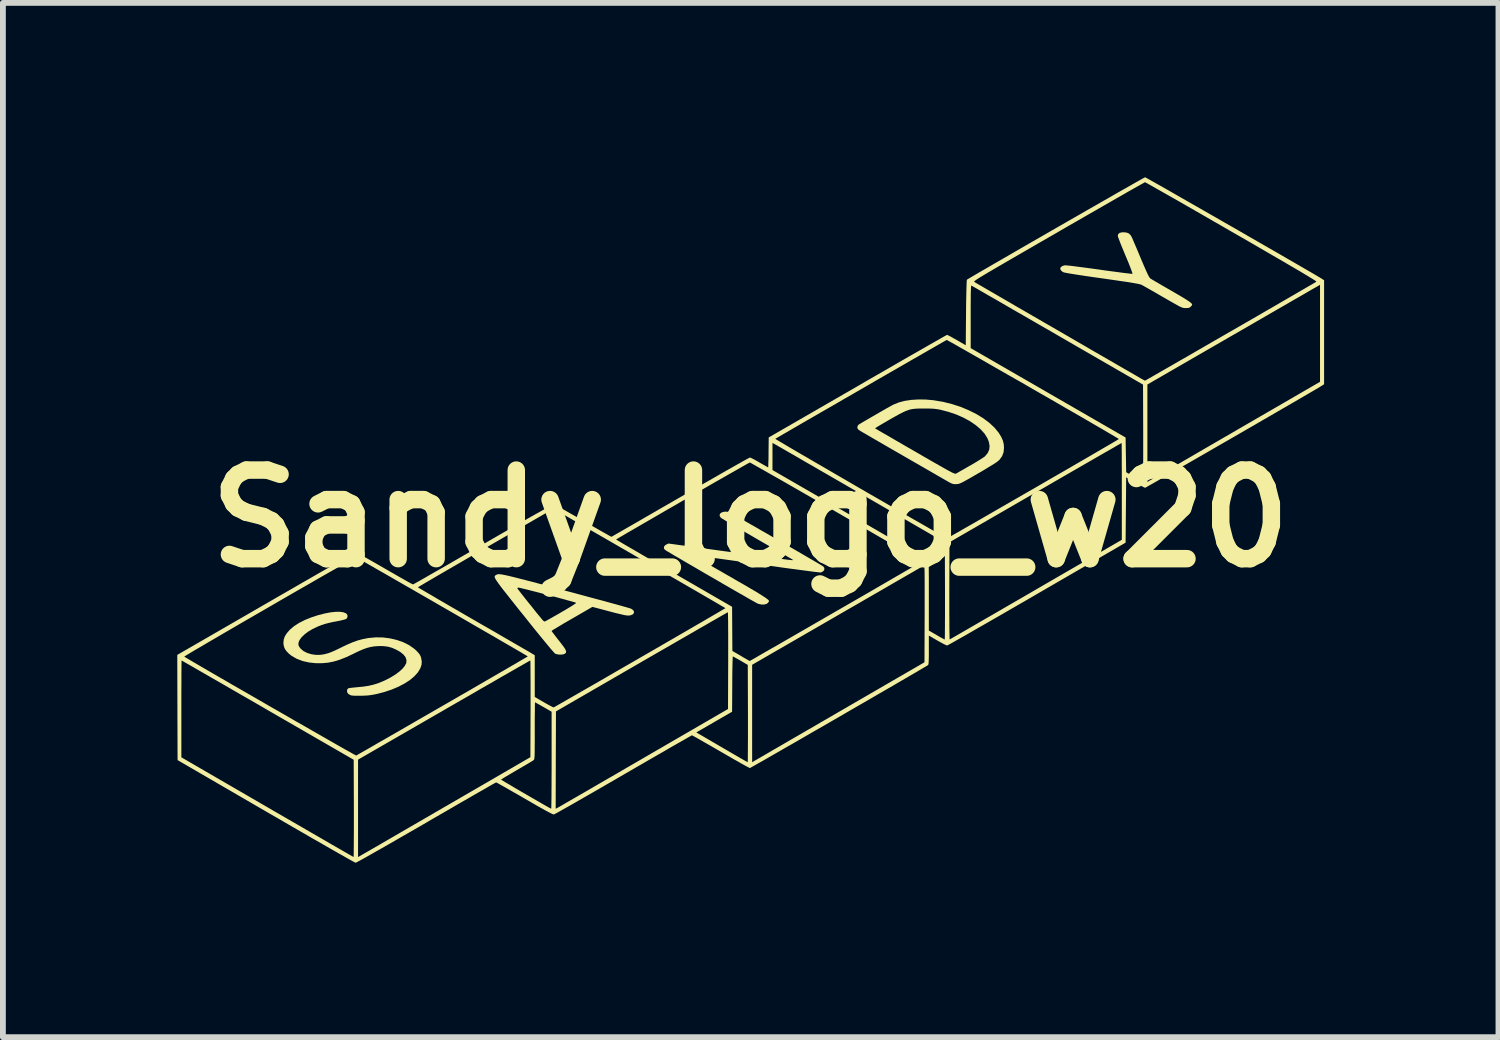
<source format=kicad_pcb>
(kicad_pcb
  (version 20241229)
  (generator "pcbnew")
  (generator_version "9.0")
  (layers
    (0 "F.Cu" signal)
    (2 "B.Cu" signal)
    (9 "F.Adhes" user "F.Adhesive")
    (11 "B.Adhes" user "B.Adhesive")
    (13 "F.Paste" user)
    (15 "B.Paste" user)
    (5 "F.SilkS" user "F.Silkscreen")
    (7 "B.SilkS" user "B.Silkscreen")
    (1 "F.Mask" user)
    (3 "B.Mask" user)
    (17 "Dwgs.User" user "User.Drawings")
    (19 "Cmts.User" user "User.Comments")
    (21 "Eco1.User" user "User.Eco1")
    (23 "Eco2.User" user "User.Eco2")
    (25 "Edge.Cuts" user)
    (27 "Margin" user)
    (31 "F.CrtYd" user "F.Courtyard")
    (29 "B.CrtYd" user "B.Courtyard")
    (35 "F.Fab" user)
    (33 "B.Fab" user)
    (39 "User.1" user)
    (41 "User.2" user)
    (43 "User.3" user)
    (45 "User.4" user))
  (footprint "Sandy_logo_w20"
    (layer "F.Cu")
    (at 9.86 5.872)
    (property "Reference" "Sandy_logo_w20" (at 0 0 0) (layer "F.SilkS") (effects (font (size 1.524 1.524) (thickness 0.3))))
    (attr board_only exclude_from_pos_files exclude_from_bom)
    (fp_poly (pts (xy 6.472 -4.921) (xy 6.512 -4.905) (xy 6.542 -4.875) (xy 6.562 -4.84) (xy 6.572 -4.818) (xy 6.588 -4.78) (xy 6.61 -4.729) (xy 6.636 -4.668) (xy 6.666 -4.598) (xy 6.697 -4.523) (xy 6.72 -4.468) (xy 6.759 -4.376) (xy 6.792 -4.301) (xy 6.818 -4.242) (xy 6.839 -4.197) (xy 6.856 -4.165) (xy 6.869 -4.144) (xy 6.879 -4.133) (xy 6.88 -4.132) (xy 6.894 -4.123) (xy 6.923 -4.105) (xy 6.966 -4.08) (xy 7.02 -4.049) (xy 7.082 -4.012) (xy 7.152 -3.972) (xy 7.226 -3.929) (xy 7.23 -3.927) (xy 7.323 -3.873) (xy 7.4 -3.828) (xy 7.462 -3.791) (xy 7.511 -3.76) (xy 7.547 -3.736) (xy 7.573 -3.716) (xy 7.59 -3.701) (xy 7.598 -3.688) (xy 7.6 -3.68) (xy 7.594 -3.667) (xy 7.578 -3.648) (xy 7.575 -3.646) (xy 7.557 -3.631) (xy 7.535 -3.624) (xy 7.503 -3.622) (xy 7.493 -3.622) (xy 7.458 -3.623) (xy 7.427 -3.631) (xy 7.393 -3.645) (xy 7.365 -3.66) (xy 7.338 -3.675) (xy 7.297 -3.698) (xy 7.244 -3.728) (xy 7.183 -3.763) (xy 7.117 -3.801) (xy 7.047 -3.841) (xy 7.035 -3.848) (xy 6.967 -3.888) (xy 6.903 -3.924) (xy 6.845 -3.957) (xy 6.796 -3.985) (xy 6.759 -4.006) (xy 6.735 -4.019) (xy 6.732 -4.021) (xy 6.719 -4.026) (xy 6.701 -4.031) (xy 6.675 -4.037) (xy 6.64 -4.044) (xy 6.594 -4.052) (xy 6.537 -4.062) (xy 6.467 -4.073) (xy 6.382 -4.085) (xy 6.281 -4.1) (xy 6.163 -4.117) (xy 6.052 -4.133) (xy 5.902 -4.154) (xy 5.771 -4.173) (xy 5.658 -4.19) (xy 5.564 -4.205) (xy 5.489 -4.217) (xy 5.433 -4.227) (xy 5.396 -4.235) (xy 5.38 -4.24) (xy 5.35 -4.262) (xy 5.335 -4.285) (xy 5.331 -4.308) (xy 5.339 -4.324) (xy 5.348 -4.332) (xy 5.375 -4.348) (xy 5.405 -4.357) (xy 5.422 -4.357) (xy 5.458 -4.354) (xy 5.512 -4.349) (xy 5.582 -4.34) (xy 5.667 -4.329) (xy 5.767 -4.316) (xy 5.879 -4.301) (xy 6.002 -4.284) (xy 6.106 -4.269) (xy 6.203 -4.256) (xy 6.294 -4.244) (xy 6.374 -4.233) (xy 6.444 -4.224) (xy 6.5 -4.218) (xy 6.542 -4.213) (xy 6.567 -4.211) (xy 6.573 -4.212) (xy 6.572 -4.222) (xy 6.563 -4.249) (xy 6.548 -4.29) (xy 6.528 -4.343) (xy 6.503 -4.406) (xy 6.474 -4.475) (xy 6.451 -4.53) (xy 6.42 -4.605) (xy 6.391 -4.675) (xy 6.366 -4.737) (xy 6.346 -4.79) (xy 6.331 -4.83) (xy 6.322 -4.856) (xy 6.32 -4.865) (xy 6.329 -4.895) (xy 6.354 -4.916) (xy 6.395 -4.925) (xy 6.418 -4.926)) (stroke (width 0) (type solid)) (fill yes) (layer "F.SilkS"))
    (fp_poly (pts (xy -7.002 1.612) (xy -6.958 1.63) (xy -6.947 1.638) (xy -6.932 1.664) (xy -6.932 1.693) (xy -6.946 1.719) (xy -6.954 1.726) (xy -6.973 1.734) (xy -7.007 1.743) (xy -7.051 1.754) (xy -7.101 1.764) (xy -7.107 1.765) (xy -7.192 1.781) (xy -7.261 1.797) (xy -7.321 1.813) (xy -7.377 1.831) (xy -7.433 1.853) (xy -7.451 1.861) (xy -7.533 1.9) (xy -7.607 1.944) (xy -7.67 1.992) (xy -7.72 2.04) (xy -7.755 2.087) (xy -7.771 2.123) (xy -7.777 2.158) (xy -7.772 2.187) (xy -7.753 2.218) (xy -7.737 2.238) (xy -7.689 2.279) (xy -7.627 2.311) (xy -7.555 2.333) (xy -7.477 2.345) (xy -7.399 2.344) (xy -7.375 2.341) (xy -7.332 2.334) (xy -7.292 2.324) (xy -7.251 2.312) (xy -7.207 2.295) (xy -7.155 2.273) (xy -7.092 2.243) (xy -7.017 2.206) (xy -6.921 2.161) (xy -6.836 2.125) (xy -6.757 2.097) (xy -6.679 2.076) (xy -6.596 2.059) (xy -6.565 2.054) (xy -6.443 2.043) (xy -6.32 2.045) (xy -6.198 2.061) (xy -6.08 2.089) (xy -5.97 2.128) (xy -5.871 2.178) (xy -5.785 2.238) (xy -5.75 2.269) (xy -5.716 2.305) (xy -5.693 2.333) (xy -5.678 2.359) (xy -5.666 2.39) (xy -5.665 2.395) (xy -5.654 2.457) (xy -5.658 2.516) (xy -5.679 2.576) (xy -5.72 2.645) (xy -5.78 2.712) (xy -5.856 2.776) (xy -5.948 2.836) (xy -6.054 2.892) (xy -6.173 2.942) (xy -6.303 2.985) (xy -6.426 3.017) (xy -6.486 3.029) (xy -6.541 3.038) (xy -6.598 3.044) (xy -6.666 3.047) (xy -6.695 3.048) (xy -6.763 3.048) (xy -6.817 3.047) (xy -6.856 3.044) (xy -6.875 3.04) (xy -6.913 3.02) (xy -6.934 2.995) (xy -6.94 2.965) (xy -6.934 2.935) (xy -6.921 2.922) (xy -6.904 2.917) (xy -6.872 2.912) (xy -6.828 2.907) (xy -6.778 2.902) (xy -6.766 2.901) (xy -6.661 2.891) (xy -6.57 2.877) (xy -6.487 2.858) (xy -6.406 2.833) (xy -6.323 2.799) (xy -6.272 2.776) (xy -6.186 2.731) (xy -6.108 2.683) (xy -6.041 2.633) (xy -5.986 2.583) (xy -5.946 2.534) (xy -5.922 2.489) (xy -5.92 2.482) (xy -5.917 2.433) (xy -5.933 2.385) (xy -5.969 2.339) (xy -6.024 2.294) (xy -6.091 2.256) (xy -6.163 2.224) (xy -6.234 2.204) (xy -6.31 2.194) (xy -6.397 2.193) (xy -6.405 2.194) (xy -6.469 2.198) (xy -6.53 2.208) (xy -6.59 2.223) (xy -6.654 2.245) (xy -6.727 2.276) (xy -6.811 2.316) (xy -6.83 2.326) (xy -6.951 2.383) (xy -7.062 2.427) (xy -7.167 2.459) (xy -7.268 2.479) (xy -7.369 2.488) (xy -7.475 2.488) (xy -7.475 2.488) (xy -7.595 2.475) (xy -7.706 2.45) (xy -7.805 2.412) (xy -7.892 2.362) (xy -7.939 2.325) (xy -7.986 2.276) (xy -8.016 2.228) (xy -8.031 2.176) (xy -8.034 2.135) (xy -8.028 2.079) (xy -8.01 2.026) (xy -7.977 1.974) (xy -7.928 1.917) (xy -7.921 1.91) (xy -7.85 1.85) (xy -7.763 1.794) (xy -7.66 1.742) (xy -7.544 1.696) (xy -7.432 1.66) (xy -7.322 1.632) (xy -7.222 1.613) (xy -7.135 1.604) (xy -7.061 1.603)) (stroke (width 0) (type solid)) (fill yes) (layer "F.SilkS"))
    (fp_poly (pts (xy -4.304 0.958) (xy -4.278 0.961) (xy -4.246 0.967) (xy -4.206 0.975) (xy -4.158 0.986) (xy -4.099 1) (xy -4.03 1.017) (xy -3.949 1.038) (xy -3.855 1.062) (xy -3.746 1.09) (xy -3.623 1.123) (xy -3.483 1.16) (xy -3.326 1.202) (xy -3.185 1.24) (xy -3.041 1.278) (xy -2.901 1.316) (xy -2.768 1.352) (xy -2.642 1.386) (xy -2.524 1.417) (xy -2.417 1.447) (xy -2.321 1.473) (xy -2.238 1.496) (xy -2.168 1.516) (xy -2.114 1.531) (xy -2.076 1.543) (xy -2.055 1.549) (xy -2.053 1.55) (xy -2.019 1.573) (xy -2.003 1.599) (xy -2.004 1.624) (xy -2.022 1.647) (xy -2.056 1.662) (xy -2.087 1.668) (xy -2.105 1.668) (xy -2.13 1.666) (xy -2.163 1.661) (xy -2.206 1.651) (xy -2.262 1.638) (xy -2.333 1.621) (xy -2.42 1.598) (xy -2.427 1.596) (xy -2.718 1.519) (xy -3.069 1.722) (xy -3.145 1.766) (xy -3.216 1.807) (xy -3.279 1.845) (xy -3.332 1.877) (xy -3.375 1.902) (xy -3.404 1.921) (xy -3.419 1.931) (xy -3.42 1.933) (xy -3.414 1.943) (xy -3.397 1.966) (xy -3.372 1.999) (xy -3.34 2.041) (xy -3.303 2.089) (xy -3.295 2.098) (xy -3.248 2.159) (xy -3.212 2.206) (xy -3.188 2.243) (xy -3.175 2.271) (xy -3.17 2.291) (xy -3.174 2.307) (xy -3.185 2.32) (xy -3.192 2.325) (xy -3.22 2.336) (xy -3.258 2.34) (xy -3.301 2.339) (xy -3.34 2.331) (xy -3.356 2.325) (xy -3.369 2.314) (xy -3.394 2.287) (xy -3.432 2.244) (xy -3.481 2.185) (xy -3.543 2.11) (xy -3.617 2.02) (xy -3.703 1.914) (xy -3.801 1.792) (xy -3.893 1.676) (xy -3.988 1.559) (xy -4.07 1.455) (xy -4.141 1.366) (xy -4.202 1.288) (xy -4.254 1.223) (xy -4.272 1.199) (xy -4.01 1.199) (xy -4.004 1.208) (xy -3.987 1.231) (xy -3.961 1.265) (xy -3.927 1.308) (xy -3.888 1.358) (xy -3.845 1.412) (xy -3.799 1.469) (xy -3.753 1.526) (xy -3.709 1.582) (xy -3.667 1.634) (xy -3.63 1.679) (xy -3.599 1.716) (xy -3.577 1.743) (xy -3.564 1.757) (xy -3.563 1.758) (xy -3.545 1.769) (xy -3.538 1.771) (xy -3.527 1.766) (xy -3.502 1.752) (xy -3.463 1.731) (xy -3.414 1.703) (xy -3.356 1.67) (xy -3.291 1.633) (xy -3.259 1.614) (xy -3.193 1.576) (xy -3.133 1.54) (xy -3.082 1.509) (xy -3.041 1.483) (xy -3.012 1.463) (xy -2.998 1.452) (xy -2.997 1.45) (xy -3.009 1.445) (xy -3.037 1.436) (xy -3.081 1.423) (xy -3.137 1.408) (xy -3.204 1.389) (xy -3.279 1.369) (xy -3.359 1.347) (xy -3.443 1.325) (xy -3.529 1.302) (xy -3.614 1.28) (xy -3.695 1.259) (xy -3.771 1.24) (xy -3.84 1.222) (xy -3.899 1.208) (xy -3.946 1.197) (xy -3.978 1.189) (xy -3.994 1.187) (xy -3.995 1.187) (xy -4.008 1.195) (xy -4.01 1.199) (xy -4.272 1.199) (xy -4.296 1.168) (xy -4.33 1.122) (xy -4.356 1.085) (xy -4.376 1.056) (xy -4.389 1.033) (xy -4.397 1.015) (xy -4.4 1.002) (xy -4.399 0.992) (xy -4.395 0.984) (xy -4.388 0.978) (xy -4.38 0.973) (xy -4.371 0.967) (xy -4.362 0.963) (xy -4.352 0.959) (xy -4.339 0.957) (xy -4.324 0.956)) (stroke (width 0) (type solid)) (fill yes) (layer "F.SilkS"))
    (fp_poly (pts (xy -0.38 -0.115) (xy -0.363 -0.109) (xy -0.351 -0.103) (xy -0.322 -0.087) (xy -0.28 -0.063) (xy -0.224 -0.032) (xy -0.158 0.006) (xy -0.082 0.049) (xy 0.003 0.098) (xy 0.095 0.15) (xy 0.191 0.206) (xy 0.292 0.263) (xy 0.394 0.323) (xy 0.497 0.382) (xy 0.6 0.441) (xy 0.7 0.499) (xy 0.797 0.555) (xy 0.888 0.608) (xy 0.972 0.657) (xy 1.048 0.701) (xy 1.115 0.74) (xy 1.169 0.772) (xy 1.211 0.797) (xy 1.239 0.814) (xy 1.251 0.821) (xy 1.27 0.845) (xy 1.273 0.873) (xy 1.26 0.899) (xy 1.232 0.919) (xy 1.211 0.927) (xy 1.198 0.927) (xy 1.167 0.923) (xy 1.118 0.918) (xy 1.054 0.91) (xy 0.974 0.899) (xy 0.882 0.887) (xy 0.778 0.873) (xy 0.663 0.858) (xy 0.539 0.841) (xy 0.407 0.822) (xy 0.268 0.803) (xy 0.124 0.782) (xy 0.113 0.781) (xy -0.031 0.76) (xy -0.17 0.741) (xy -0.302 0.722) (xy -0.425 0.705) (xy -0.539 0.689) (xy -0.642 0.675) (xy -0.734 0.663) (xy -0.812 0.652) (xy -0.875 0.644) (xy -0.923 0.638) (xy -0.954 0.634) (xy -0.966 0.633) (xy -0.966 0.633) (xy -0.967 0.635) (xy -0.966 0.637) (xy -0.963 0.641) (xy -0.955 0.647) (xy -0.942 0.656) (xy -0.923 0.668) (xy -0.896 0.684) (xy -0.86 0.705) (xy -0.814 0.732) (xy -0.758 0.765) (xy -0.689 0.804) (xy -0.607 0.852) (xy -0.51 0.907) (xy -0.398 0.972) (xy -0.34 1.005) (xy -0.214 1.078) (xy -0.104 1.141) (xy -0.01 1.196) (xy 0.07 1.243) (xy 0.136 1.283) (xy 0.191 1.317) (xy 0.234 1.345) (xy 0.267 1.367) (xy 0.291 1.385) (xy 0.308 1.399) (xy 0.317 1.41) (xy 0.32 1.419) (xy 0.32 1.42) (xy 0.314 1.433) (xy 0.301 1.451) (xy 0.275 1.469) (xy 0.237 1.478) (xy 0.192 1.478) (xy 0.145 1.469) (xy 0.118 1.459) (xy 0.099 1.448) (xy 0.065 1.429) (xy 0.018 1.403) (xy -0.042 1.369) (xy -0.112 1.328) (xy -0.192 1.283) (xy -0.279 1.233) (xy -0.372 1.179) (xy -0.47 1.123) (xy -0.57 1.064) (xy -0.673 1.005) (xy -0.775 0.946) (xy -0.876 0.887) (xy -0.973 0.83) (xy -1.067 0.776) (xy -1.154 0.725) (xy -1.234 0.678) (xy -1.305 0.637) (xy -1.365 0.601) (xy -1.413 0.573) (xy -1.448 0.552) (xy -1.467 0.539) (xy -1.471 0.537) (xy -1.488 0.511) (xy -1.486 0.484) (xy -1.467 0.459) (xy -1.448 0.447) (xy -1.41 0.429) (xy -0.344 0.575) (xy -0.201 0.595) (xy -0.063 0.614) (xy 0.069 0.632) (xy 0.192 0.648) (xy 0.305 0.663) (xy 0.408 0.677) (xy 0.499 0.689) (xy 0.576 0.699) (xy 0.639 0.707) (xy 0.686 0.712) (xy 0.716 0.715) (xy 0.727 0.716) (xy 0.727 0.716) (xy 0.73 0.707) (xy 0.729 0.707) (xy 0.72 0.701) (xy 0.695 0.687) (xy 0.655 0.664) (xy 0.603 0.633) (xy 0.538 0.596) (xy 0.463 0.553) (xy 0.38 0.504) (xy 0.288 0.452) (xy 0.191 0.396) (xy 0.12 0.355) (xy 0.019 0.296) (xy -0.078 0.24) (xy -0.169 0.188) (xy -0.252 0.139) (xy -0.326 0.096) (xy -0.389 0.059) (xy -0.44 0.028) (xy -0.478 0.005) (xy -0.501 -0.009) (xy -0.507 -0.013) (xy -0.525 -0.038) (xy -0.53 -0.061) (xy -0.521 -0.085) (xy -0.497 -0.104) (xy -0.462 -0.116) (xy -0.422 -0.12)) (stroke (width 0) (type solid)) (fill yes) (layer "F.SilkS"))
    (fp_poly (pts (xy 3.02 -2.048) (xy 3.153 -2.036) (xy 3.157 -2.035) (xy 3.313 -2.009) (xy 3.466 -1.971) (xy 3.614 -1.923) (xy 3.754 -1.865) (xy 3.885 -1.8) (xy 4.005 -1.727) (xy 4.11 -1.648) (xy 4.2 -1.564) (xy 4.271 -1.478) (xy 4.314 -1.408) (xy 4.343 -1.344) (xy 4.359 -1.28) (xy 4.363 -1.219) (xy 4.356 -1.142) (xy 4.331 -1.075) (xy 4.289 -1.016) (xy 4.26 -0.989) (xy 4.24 -0.974) (xy 4.205 -0.95) (xy 4.157 -0.92) (xy 4.099 -0.885) (xy 4.034 -0.845) (xy 3.963 -0.803) (xy 3.908 -0.772) (xy 3.828 -0.725) (xy 3.762 -0.687) (xy 3.709 -0.658) (xy 3.668 -0.635) (xy 3.636 -0.619) (xy 3.611 -0.608) (xy 3.591 -0.6) (xy 3.574 -0.596) (xy 3.558 -0.594) (xy 3.545 -0.593) (xy 3.502 -0.593) (xy 3.469 -0.601) (xy 3.445 -0.612) (xy 3.427 -0.621) (xy 3.394 -0.64) (xy 3.347 -0.667) (xy 3.288 -0.701) (xy 3.218 -0.741) (xy 3.139 -0.787) (xy 3.052 -0.837) (xy 2.959 -0.891) (xy 2.861 -0.947) (xy 2.76 -1.005) (xy 2.658 -1.064) (xy 2.556 -1.123) (xy 2.455 -1.181) (xy 2.358 -1.237) (xy 2.265 -1.291) (xy 2.179 -1.341) (xy 2.1 -1.386) (xy 2.031 -1.427) (xy 1.973 -1.461) (xy 1.927 -1.487) (xy 1.895 -1.506) (xy 1.879 -1.516) (xy 1.877 -1.517) (xy 1.852 -1.537) (xy 1.843 -1.553) (xy 2.144 -1.553) (xy 2.154 -1.547) (xy 2.179 -1.533) (xy 2.218 -1.509) (xy 2.272 -1.478) (xy 2.337 -1.441) (xy 2.413 -1.397) (xy 2.498 -1.347) (xy 2.592 -1.293) (xy 2.692 -1.235) (xy 2.798 -1.174) (xy 2.831 -1.155) (xy 2.955 -1.083) (xy 3.064 -1.02) (xy 3.158 -0.966) (xy 3.238 -0.921) (xy 3.305 -0.883) (xy 3.361 -0.851) (xy 3.406 -0.826) (xy 3.443 -0.807) (xy 3.471 -0.792) (xy 3.493 -0.782) (xy 3.509 -0.776) (xy 3.52 -0.773) (xy 3.529 -0.772) (xy 3.535 -0.773) (xy 3.539 -0.775) (xy 3.555 -0.783) (xy 3.585 -0.801) (xy 3.627 -0.825) (xy 3.679 -0.854) (xy 3.737 -0.888) (xy 3.785 -0.915) (xy 3.847 -0.951) (xy 3.905 -0.986) (xy 3.956 -1.018) (xy 3.998 -1.045) (xy 4.027 -1.064) (xy 4.038 -1.074) (xy 4.083 -1.128) (xy 4.109 -1.187) (xy 4.115 -1.251) (xy 4.102 -1.321) (xy 4.078 -1.382) (xy 4.029 -1.461) (xy 3.961 -1.536) (xy 3.877 -1.608) (xy 3.779 -1.675) (xy 3.667 -1.736) (xy 3.544 -1.79) (xy 3.412 -1.835) (xy 3.272 -1.872) (xy 3.267 -1.873) (xy 3.223 -1.881) (xy 3.181 -1.887) (xy 3.136 -1.891) (xy 3.083 -1.893) (xy 3.017 -1.894) (xy 2.985 -1.894) (xy 2.919 -1.894) (xy 2.862 -1.892) (xy 2.812 -1.888) (xy 2.767 -1.881) (xy 2.722 -1.869) (xy 2.676 -1.852) (xy 2.625 -1.829) (xy 2.566 -1.799) (xy 2.497 -1.761) (xy 2.414 -1.714) (xy 2.39 -1.7) (xy 2.327 -1.663) (xy 2.269 -1.63) (xy 2.22 -1.601) (xy 2.182 -1.578) (xy 2.156 -1.561) (xy 2.145 -1.553) (xy 2.144 -1.553) (xy 1.843 -1.553) (xy 1.841 -1.557) (xy 1.84 -1.569) (xy 1.846 -1.595) (xy 1.857 -1.612) (xy 1.87 -1.621) (xy 1.898 -1.638) (xy 1.938 -1.662) (xy 1.988 -1.691) (xy 2.046 -1.725) (xy 2.108 -1.761) (xy 2.172 -1.798) (xy 2.236 -1.835) (xy 2.297 -1.87) (xy 2.353 -1.902) (xy 2.402 -1.929) (xy 2.44 -1.95) (xy 2.465 -1.963) (xy 2.465 -1.963) (xy 2.552 -1.998) (xy 2.654 -2.025) (xy 2.768 -2.042) (xy 2.891 -2.05)) (stroke (width 0) (type solid)) (fill yes) (layer "F.SilkS"))
    (fp_poly (pts (xy 6.801 -5.867) (xy 6.827 -5.853) (xy 6.868 -5.83) (xy 6.924 -5.799) (xy 6.992 -5.76) (xy 7.073 -5.715) (xy 7.164 -5.663) (xy 7.265 -5.605) (xy 7.375 -5.542) (xy 7.492 -5.475) (xy 7.616 -5.404) (xy 7.746 -5.33) (xy 7.88 -5.253) (xy 8.017 -5.175) (xy 8.157 -5.094) (xy 8.298 -5.014) (xy 8.438 -4.933) (xy 8.578 -4.852) (xy 8.716 -4.773) (xy 8.851 -4.695) (xy 8.982 -4.62) (xy 9.107 -4.548) (xy 9.226 -4.479) (xy 9.338 -4.414) (xy 9.441 -4.355) (xy 9.535 -4.3) (xy 9.618 -4.252) (xy 9.689 -4.211) (xy 9.748 -4.176) (xy 9.792 -4.15) (xy 9.822 -4.132) (xy 9.832 -4.125) (xy 9.87 -4.101) (xy 9.87 -2.311) (xy 9.832 -2.287) (xy 9.814 -2.276) (xy 9.781 -2.255) (xy 9.732 -2.227) (xy 9.67 -2.19) (xy 9.596 -2.147) (xy 9.51 -2.097) (xy 9.414 -2.041) (xy 9.308 -1.979) (xy 9.195 -1.914) (xy 9.074 -1.844) (xy 8.947 -1.77) (xy 8.815 -1.694) (xy 8.68 -1.615) (xy 8.541 -1.535) (xy 8.401 -1.454) (xy 8.261 -1.373) (xy 8.12 -1.292) (xy 7.981 -1.212) (xy 7.845 -1.133) (xy 7.712 -1.057) (xy 7.584 -0.983) (xy 7.462 -0.913) (xy 7.346 -0.846) (xy 7.238 -0.785) (xy 7.14 -0.728) (xy 7.051 -0.677) (xy 6.974 -0.633) (xy 6.909 -0.596) (xy 6.857 -0.567) (xy 6.819 -0.545) (xy 6.797 -0.533) (xy 6.791 -0.53) (xy 6.777 -0.535) (xy 6.75 -0.549) (xy 6.711 -0.569) (xy 6.665 -0.595) (xy 6.62 -0.62) (xy 6.465 -0.71) (xy 6.455 0.414) (xy 4.93 1.298) (xy 4.769 1.392) (xy 4.612 1.482) (xy 4.46 1.57) (xy 4.315 1.654) (xy 4.177 1.733) (xy 4.047 1.808) (xy 3.926 1.877) (xy 3.815 1.941) (xy 3.715 1.999) (xy 3.626 2.049) (xy 3.55 2.092) (xy 3.487 2.128) (xy 3.438 2.155) (xy 3.405 2.173) (xy 3.387 2.182) (xy 3.385 2.183) (xy 3.37 2.178) (xy 3.341 2.165) (xy 3.302 2.145) (xy 3.255 2.119) (xy 3.217 2.098) (xy 3.07 2.012) (xy 3.07 2.26) (xy 3.07 2.339) (xy 3.069 2.4) (xy 3.068 2.446) (xy 3.066 2.479) (xy 3.064 2.501) (xy 3.06 2.514) (xy 3.055 2.521) (xy 3.055 2.521) (xy 3.044 2.528) (xy 3.016 2.545) (xy 2.973 2.57) (xy 2.916 2.604) (xy 2.847 2.645) (xy 2.765 2.692) (xy 2.673 2.746) (xy 2.571 2.805) (xy 2.461 2.87) (xy 2.343 2.938) (xy 2.218 3.01) (xy 2.088 3.086) (xy 1.953 3.164) (xy 1.816 3.243) (xy 1.676 3.324) (xy 1.535 3.406) (xy 1.393 3.488) (xy 1.253 3.569) (xy 1.115 3.648) (xy 0.98 3.726) (xy 0.849 3.802) (xy 0.724 3.874) (xy 0.604 3.942) (xy 0.492 4.007) (xy 0.389 4.066) (xy 0.295 4.12) (xy 0.212 4.168) (xy 0.14 4.208) (xy 0.081 4.242) (xy 0.036 4.267) (xy 0.006 4.284) (xy -0.008 4.291) (xy -0.009 4.292) (xy -0.02 4.287) (xy -0.047 4.273) (xy -0.089 4.25) (xy -0.142 4.221) (xy -0.195 4.191) (xy 0.03 4.191) (xy 0.198 4.094) (xy 0.226 4.078) (xy 0.27 4.052) (xy 0.329 4.018) (xy 0.402 3.975) (xy 0.489 3.925) (xy 0.587 3.868) (xy 0.695 3.805) (xy 0.813 3.737) (xy 0.94 3.663) (xy 1.074 3.586) (xy 1.214 3.504) (xy 1.36 3.42) (xy 1.509 3.333) (xy 1.662 3.245) (xy 1.68 3.234) (xy 2.995 2.472) (xy 2.998 1.636) (xy 2.998 1.484) (xy 2.998 1.351) (xy 2.998 1.236) (xy 2.998 1.138) (xy 2.998 1.055) (xy 2.997 0.986) (xy 2.997 0.931) (xy 2.996 0.887) (xy 2.995 0.854) (xy 2.993 0.831) (xy 2.991 0.816) (xy 2.989 0.809) (xy 2.987 0.807) (xy 2.987 0.807) (xy 2.977 0.813) (xy 2.95 0.828) (xy 2.908 0.853) (xy 2.852 0.885) (xy 2.782 0.926) (xy 2.698 0.974) (xy 2.603 1.029) (xy 2.497 1.09) (xy 2.381 1.157) (xy 2.256 1.23) (xy 2.122 1.307) (xy 1.981 1.388) (xy 1.834 1.474) (xy 1.68 1.562) (xy 1.522 1.653) (xy 1.502 1.665) (xy 0.03 2.515) (xy 0.03 4.191) (xy -0.195 4.191) (xy -0.206 4.184) (xy -0.28 4.143) (xy -0.361 4.096) (xy -0.448 4.046) (xy -0.51 4.01) (xy -0.6 3.958) (xy -0.685 3.909) (xy -0.764 3.864) (xy -0.834 3.824) (xy -0.894 3.789) (xy -0.943 3.762) (xy -0.979 3.742) (xy -1 3.731) (xy -1.005 3.728) (xy -1.015 3.733) (xy -1.041 3.748) (xy -1.082 3.771) (xy -1.137 3.803) (xy -1.206 3.842) (xy -1.287 3.888) (xy -1.38 3.941) (xy -1.482 4.001) (xy -1.594 4.065) (xy -1.714 4.134) (xy -1.841 4.208) (xy -1.975 4.285) (xy -2.114 4.366) (xy -2.185 4.407) (xy -2.326 4.489) (xy -2.463 4.568) (xy -2.594 4.644) (xy -2.719 4.716) (xy -2.836 4.783) (xy -2.944 4.845) (xy -3.043 4.902) (xy -3.131 4.952) (xy -3.208 4.995) (xy -3.272 5.031) (xy -3.322 5.059) (xy -3.357 5.078) (xy -3.377 5.088) (xy -3.38 5.09) (xy -3.391 5.088) (xy -3.41 5.081) (xy -3.438 5.067) (xy -3.477 5.047) (xy -3.528 5.02) (xy -3.577 4.992) (xy -3.35 4.992) (xy -3.313 4.973) (xy -3.3 4.966) (xy -3.271 4.949) (xy -3.226 4.923) (xy -3.168 4.889) (xy -3.095 4.847) (xy -3.01 4.798) (xy -2.913 4.742) (xy -2.805 4.68) (xy -2.687 4.611) (xy -2.561 4.538) (xy -2.426 4.46) (xy -2.284 4.378) (xy -2.137 4.292) (xy -1.983 4.203) (xy -1.83 4.114) (xy -1.08 3.679) (xy -0.93 3.679) (xy -0.493 3.934) (xy -0.407 3.984) (xy -0.327 4.031) (xy -0.254 4.073) (xy -0.189 4.111) (xy -0.134 4.142) (xy -0.092 4.166) (xy -0.062 4.183) (xy -0.048 4.19) (xy -0.047 4.191) (xy -0.046 4.181) (xy -0.045 4.153) (xy -0.044 4.108) (xy -0.044 4.047) (xy -0.043 3.972) (xy -0.043 3.884) (xy -0.042 3.785) (xy -0.042 3.676) (xy -0.042 3.559) (xy -0.042 3.435) (xy -0.042 3.355) (xy -0.045 2.517) (xy -0.17 2.444) (xy -0.215 2.418) (xy -0.254 2.397) (xy -0.283 2.38) (xy -0.3 2.372) (xy -0.302 2.371) (xy -0.304 2.381) (xy -0.305 2.409) (xy -0.307 2.452) (xy -0.308 2.51) (xy -0.31 2.581) (xy -0.311 2.661) (xy -0.312 2.75) (xy -0.312 2.845) (xy -0.312 2.847) (xy -0.315 3.323) (xy -0.623 3.501) (xy -0.93 3.679) (xy -1.08 3.679) (xy -0.385 3.276) (xy -0.382 2.443) (xy -0.382 2.316) (xy -0.382 2.195) (xy -0.382 2.081) (xy -0.382 1.976) (xy -0.383 1.882) (xy -0.383 1.799) (xy -0.384 1.729) (xy -0.385 1.674) (xy -0.386 1.636) (xy -0.387 1.615) (xy -0.387 1.611) (xy -0.397 1.616) (xy -0.423 1.631) (xy -0.464 1.654) (xy -0.52 1.686) (xy -0.589 1.726) (xy -0.672 1.773) (xy -0.766 1.828) (xy -0.872 1.888) (xy -0.987 1.955) (xy -1.112 2.027) (xy -1.246 2.104) (xy -1.386 2.185) (xy -1.534 2.27) (xy -1.687 2.358) (xy -1.845 2.449) (xy -1.87 2.464) (xy -3.345 3.317) (xy -3.348 4.154) (xy -3.35 4.992) (xy -3.577 4.992) (xy -3.592 4.984) (xy -3.67 4.94) (xy -3.762 4.887) (xy -3.871 4.824) (xy -3.885 4.816) (xy -3.974 4.764) (xy -4.059 4.716) (xy -4.137 4.671) (xy -4.206 4.631) (xy -4.266 4.598) (xy -4.314 4.571) (xy -4.349 4.551) (xy -4.37 4.541) (xy -4.374 4.539) (xy -4.384 4.544) (xy -4.41 4.558) (xy -4.452 4.581) (xy -4.507 4.613) (xy -4.576 4.653) (xy -4.657 4.699) (xy -4.75 4.752) (xy -4.853 4.812) (xy -4.965 4.876) (xy -5.086 4.946) (xy -5.213 5.02) (xy -5.348 5.098) (xy -5.487 5.178) (xy -5.577 5.231) (xy -5.734 5.322) (xy -5.884 5.408) (xy -6.025 5.489) (xy -6.156 5.565) (xy -6.278 5.635) (xy -6.389 5.698) (xy -6.488 5.754) (xy -6.574 5.803) (xy -6.647 5.844) (xy -6.707 5.877) (xy -6.751 5.901) (xy -6.78 5.916) (xy -6.792 5.921) (xy -6.792 5.921) (xy -6.803 5.916) (xy -6.83 5.902) (xy -6.873 5.878) (xy -6.931 5.846) (xy -6.971 5.823) (xy -6.75 5.823) (xy -6.723 5.808) (xy -6.711 5.801) (xy -6.683 5.785) (xy -6.64 5.76) (xy -6.582 5.727) (xy -6.51 5.685) (xy -6.426 5.637) (xy -6.33 5.581) (xy -6.223 5.519) (xy -6.106 5.451) (xy -5.98 5.378) (xy -5.846 5.3) (xy -5.704 5.218) (xy -5.557 5.133) (xy -5.404 5.044) (xy -5.246 4.952) (xy -5.24 4.949) (xy -4.45 4.491) (xy -4.29 4.491) (xy -4.281 4.497) (xy -4.257 4.511) (xy -4.22 4.534) (xy -4.172 4.562) (xy -4.114 4.596) (xy -4.049 4.635) (xy -3.979 4.676) (xy -3.905 4.719) (xy -3.83 4.762) (xy -3.756 4.805) (xy -3.685 4.846) (xy -3.619 4.884) (xy -3.559 4.919) (xy -3.508 4.948) (xy -3.468 4.97) (xy -3.44 4.985) (xy -3.428 4.991) (xy -3.428 4.991) (xy -3.426 4.982) (xy -3.425 4.954) (xy -3.424 4.908) (xy -3.423 4.847) (xy -3.422 4.772) (xy -3.422 4.685) (xy -3.421 4.586) (xy -3.421 4.477) (xy -3.42 4.36) (xy -3.42 4.236) (xy -3.42 4.158) (xy -3.42 3.323) (xy -3.559 3.242) (xy -3.607 3.215) (xy -3.648 3.192) (xy -3.68 3.174) (xy -3.7 3.163) (xy -3.704 3.161) (xy -3.706 3.171) (xy -3.707 3.199) (xy -3.708 3.243) (xy -3.708 3.301) (xy -3.709 3.371) (xy -3.71 3.452) (xy -3.71 3.542) (xy -3.71 3.638) (xy -3.71 3.65) (xy -3.71 3.762) (xy -3.71 3.855) (xy -3.711 3.932) (xy -3.711 3.994) (xy -3.712 4.043) (xy -3.713 4.081) (xy -3.715 4.108) (xy -3.717 4.127) (xy -3.72 4.14) (xy -3.723 4.148) (xy -3.727 4.153) (xy -3.728 4.154) (xy -3.74 4.163) (xy -3.768 4.18) (xy -3.809 4.205) (xy -3.86 4.235) (xy -3.92 4.27) (xy -3.985 4.308) (xy -4.018 4.327) (xy -4.084 4.366) (xy -4.145 4.402) (xy -4.198 4.433) (xy -4.241 4.459) (xy -4.271 4.478) (xy -4.287 4.489) (xy -4.29 4.491) (xy -4.45 4.491) (xy -3.785 4.105) (xy -3.782 3.273) (xy -3.782 3.146) (xy -3.782 3.025) (xy -3.782 2.911) (xy -3.782 2.806) (xy -3.783 2.711) (xy -3.783 2.628) (xy -3.784 2.559) (xy -3.784 2.504) (xy -3.785 2.465) (xy -3.786 2.444) (xy -3.787 2.441) (xy -3.796 2.446) (xy -3.822 2.46) (xy -3.863 2.484) (xy -3.919 2.516) (xy -3.988 2.555) (xy -4.071 2.603) (xy -4.165 2.657) (xy -4.271 2.717) (xy -4.386 2.784) (xy -4.511 2.856) (xy -4.645 2.932) (xy -4.785 3.014) (xy -4.933 3.099) (xy -5.086 3.187) (xy -5.244 3.278) (xy -5.271 3.294) (xy -6.75 4.147) (xy -6.75 4.985) (xy -6.75 5.823) (xy -6.971 5.823) (xy -7.002 5.805) (xy -7.086 5.758) (xy -7.182 5.703) (xy -7.289 5.642) (xy -7.406 5.574) (xy -7.533 5.502) (xy -7.667 5.424) (xy -7.81 5.342) (xy -7.959 5.256) (xy -8.113 5.166) (xy -8.273 5.074) (xy -8.335 5.038) (xy -9.855 4.155) (xy -9.858 3.25) (xy -9.858 3.197) (xy -9.79 3.197) (xy -9.79 3.274) (xy -9.79 4.107) (xy -8.312 4.964) (xy -8.154 5.056) (xy -8 5.145) (xy -7.851 5.231) (xy -7.709 5.313) (xy -7.575 5.391) (xy -7.448 5.464) (xy -7.331 5.532) (xy -7.224 5.594) (xy -7.127 5.65) (xy -7.043 5.698) (xy -6.971 5.74) (xy -6.913 5.773) (xy -6.869 5.798) (xy -6.84 5.815) (xy -6.828 5.821) (xy -6.827 5.821) (xy -6.826 5.812) (xy -6.825 5.784) (xy -6.824 5.738) (xy -6.824 5.678) (xy -6.823 5.602) (xy -6.823 5.515) (xy -6.822 5.416) (xy -6.822 5.307) (xy -6.822 5.19) (xy -6.822 5.066) (xy -6.822 4.986) (xy -6.825 4.149) (xy -8.304 3.295) (xy -8.462 3.203) (xy -8.616 3.114) (xy -8.765 3.029) (xy -8.907 2.947) (xy -9.041 2.869) (xy -9.168 2.796) (xy -9.285 2.729) (xy -9.392 2.667) (xy -9.488 2.612) (xy -9.572 2.563) (xy -9.644 2.522) (xy -9.702 2.489) (xy -9.746 2.464) (xy -9.774 2.448) (xy -9.786 2.441) (xy -9.786 2.441) (xy -9.787 2.451) (xy -9.787 2.479) (xy -9.788 2.524) (xy -9.788 2.585) (xy -9.789 2.66) (xy -9.789 2.748) (xy -9.789 2.847) (xy -9.79 2.956) (xy -9.79 3.073) (xy -9.79 3.197) (xy -9.858 3.197) (xy -9.86 2.375) (xy -9.74 2.375) (xy -9.729 2.381) (xy -9.703 2.398) (xy -9.661 2.422) (xy -9.606 2.455) (xy -9.537 2.495) (xy -9.457 2.542) (xy -9.366 2.595) (xy -9.265 2.654) (xy -9.156 2.717) (xy -9.039 2.784) (xy -8.916 2.856) (xy -8.787 2.93) (xy -8.655 3.006) (xy -8.519 3.084) (xy -8.381 3.164) (xy -8.243 3.244) (xy -8.104 3.323) (xy -7.967 3.402) (xy -7.832 3.48) (xy -7.7 3.555) (xy -7.573 3.628) (xy -7.451 3.698) (xy -7.337 3.763) (xy -7.229 3.825) (xy -7.131 3.881) (xy -7.043 3.931) (xy -6.966 3.975) (xy -6.9 4.011) (xy -6.848 4.041) (xy -6.811 4.061) (xy -6.788 4.073) (xy -6.782 4.076) (xy -6.772 4.071) (xy -6.746 4.056) (xy -6.704 4.032) (xy -6.648 4) (xy -6.577 3.96) (xy -6.494 3.912) (xy -6.4 3.857) (xy -6.294 3.797) (xy -6.178 3.73) (xy -6.052 3.658) (xy -5.919 3.581) (xy -5.778 3.499) (xy -5.63 3.414) (xy -5.477 3.326) (xy -5.319 3.235) (xy -5.3 3.224) (xy -5.142 3.133) (xy -4.988 3.044) (xy -4.84 2.959) (xy -4.699 2.877) (xy -4.565 2.799) (xy -4.44 2.727) (xy -4.323 2.659) (xy -4.217 2.598) (xy -4.122 2.542) (xy -4.038 2.494) (xy -3.968 2.452) (xy -3.911 2.419) (xy -3.868 2.394) (xy -3.841 2.378) (xy -3.83 2.371) (xy -3.83 2.371) (xy -3.839 2.365) (xy -3.864 2.35) (xy -3.903 2.327) (xy -3.957 2.295) (xy -4.024 2.256) (xy -4.103 2.21) (xy -4.193 2.158) (xy -4.293 2.1) (xy -4.401 2.037) (xy -4.517 1.97) (xy -4.639 1.9) (xy -4.767 1.826) (xy -4.899 1.749) (xy -5.034 1.671) (xy -5.171 1.592) (xy -5.31 1.512) (xy -5.448 1.432) (xy -5.585 1.353) (xy -5.721 1.275) (xy -5.852 1.199) (xy -5.883 1.182) (xy -5.72 1.182) (xy -5.711 1.188) (xy -5.687 1.203) (xy -5.647 1.226) (xy -5.593 1.258) (xy -5.526 1.297) (xy -5.447 1.343) (xy -5.358 1.396) (xy -5.259 1.453) (xy -5.151 1.516) (xy -5.036 1.582) (xy -4.915 1.653) (xy -4.788 1.726) (xy -4.753 1.746) (xy -4.624 1.821) (xy -4.499 1.892) (xy -4.38 1.961) (xy -4.268 2.026) (xy -4.164 2.086) (xy -4.068 2.142) (xy -3.983 2.191) (xy -3.909 2.234) (xy -3.847 2.269) (xy -3.8 2.297) (xy -3.766 2.317) (xy -3.749 2.327) (xy -3.748 2.328) (xy -3.71 2.351) (xy -3.71 3.068) (xy -3.553 3.16) (xy -3.502 3.189) (xy -3.456 3.214) (xy -3.42 3.233) (xy -3.395 3.245) (xy -3.384 3.249) (xy -3.375 3.243) (xy -3.349 3.229) (xy -3.307 3.205) (xy -3.251 3.173) (xy -3.181 3.133) (xy -3.098 3.085) (xy -3.003 3.031) (xy -2.898 2.97) (xy -2.782 2.904) (xy -2.657 2.832) (xy -2.523 2.755) (xy -2.382 2.673) (xy -2.235 2.588) (xy -2.082 2.5) (xy -1.924 2.409) (xy -1.902 2.396) (xy -1.744 2.305) (xy -1.59 2.216) (xy -1.442 2.13) (xy -1.301 2.049) (xy -1.167 1.971) (xy -1.041 1.898) (xy -0.925 1.83) (xy -0.818 1.769) (xy -0.723 1.713) (xy -0.639 1.664) (xy -0.568 1.623) (xy -0.511 1.589) (xy -0.469 1.564) (xy -0.441 1.548) (xy -0.431 1.541) (xy -0.43 1.541) (xy -0.439 1.535) (xy -0.464 1.52) (xy -0.504 1.497) (xy -0.56 1.464) (xy -0.629 1.424) (xy -0.711 1.376) (xy -0.804 1.322) (xy -0.909 1.261) (xy -1.025 1.194) (xy -1.149 1.122) (xy -1.282 1.045) (xy -1.423 0.964) (xy -1.57 0.879) (xy -1.723 0.79) (xy -1.881 0.699) (xy -1.909 0.683) (xy -2.468 0.36) (xy -2.31 0.36) (xy -2.301 0.366) (xy -2.277 0.381) (xy -2.237 0.404) (xy -2.183 0.436) (xy -2.116 0.475) (xy -2.037 0.521) (xy -1.947 0.573) (xy -1.848 0.631) (xy -1.739 0.694) (xy -1.624 0.761) (xy -1.501 0.832) (xy -1.373 0.906) (xy -1.312 0.941) (xy -0.315 1.517) (xy -0.31 2.277) (xy -0.162 2.363) (xy -0.114 2.392) (xy -0.072 2.416) (xy -0.039 2.435) (xy -0.018 2.447) (xy -0.012 2.45) (xy -0.003 2.445) (xy 0.022 2.431) (xy 0.063 2.408) (xy 0.118 2.376) (xy 0.187 2.336) (xy 0.269 2.289) (xy 0.363 2.235) (xy 0.469 2.175) (xy 0.584 2.108) (xy 0.708 2.037) (xy 0.841 1.96) (xy 0.982 1.879) (xy 1.129 1.794) (xy 1.281 1.706) (xy 1.439 1.615) (xy 1.458 1.604) (xy 1.616 1.513) (xy 1.77 1.424) (xy 1.918 1.339) (xy 2.06 1.257) (xy 2.194 1.179) (xy 2.32 1.106) (xy 2.437 1.038) (xy 2.544 0.976) (xy 2.64 0.92) (xy 2.725 0.871) (xy 2.796 0.83) (xy 2.854 0.796) (xy 2.898 0.77) (xy 2.926 0.754) (xy 2.937 0.746) (xy 2.937 0.746) (xy 2.935 0.743) (xy 2.925 0.734) (xy 2.906 0.721) (xy 2.878 0.703) (xy 2.84 0.68) (xy 2.791 0.65) (xy 2.732 0.614) (xy 2.661 0.572) (xy 2.577 0.523) (xy 2.481 0.467) (xy 2.371 0.402) (xy 2.247 0.33) (xy 2.109 0.25) (xy 1.956 0.161) (xy 1.786 0.063) (xy 1.6 -0.044) (xy 1.477 -0.115) (xy 1.319 -0.207) (xy 1.165 -0.295) (xy 1.017 -0.381) (xy 0.874 -0.463) (xy 0.74 -0.54) (xy 0.613 -0.613) (xy 0.496 -0.68) (xy 0.388 -0.741) (xy 0.291 -0.796) (xy 0.206 -0.845) (xy 0.134 -0.885) (xy 0.076 -0.918) (xy 0.032 -0.943) (xy 0.003 -0.959) (xy -0.01 -0.965) (xy -0.01 -0.965) (xy -0.02 -0.96) (xy -0.046 -0.946) (xy -0.087 -0.923) (xy -0.142 -0.892) (xy -0.208 -0.854) (xy -0.286 -0.81) (xy -0.374 -0.76) (xy -0.47 -0.705) (xy -0.574 -0.646) (xy -0.684 -0.583) (xy -0.798 -0.517) (xy -0.917 -0.449) (xy -1.038 -0.379) (xy -1.16 -0.309) (xy -1.282 -0.238) (xy -1.403 -0.169) (xy -1.522 -0.1) (xy -1.636 -0.034) (xy -1.746 0.03) (xy -1.85 0.09) (xy -1.946 0.146) (xy -2.034 0.197) (xy -2.112 0.242) (xy -2.178 0.281) (xy -2.233 0.313) (xy -2.274 0.337) (xy -2.3 0.353) (xy -2.31 0.36) (xy -2.31 0.36) (xy -2.468 0.36) (xy -3.388 -0.17) (xy -4.554 0.503) (xy -4.694 0.584) (xy -4.83 0.662) (xy -4.96 0.738) (xy -5.083 0.809) (xy -5.199 0.876) (xy -5.305 0.938) (xy -5.402 0.994) (xy -5.487 1.044) (xy -5.561 1.087) (xy -5.622 1.123) (xy -5.669 1.151) (xy -5.701 1.17) (xy -5.718 1.18) (xy -5.72 1.182) (xy -5.883 1.182) (xy -5.98 1.126) (xy -6.102 1.056) (xy -6.218 0.989) (xy -6.326 0.927) (xy -6.425 0.871) (xy -6.514 0.819) (xy -6.593 0.774) (xy -6.66 0.736) (xy -6.713 0.706) (xy -6.753 0.684) (xy -6.777 0.67) (xy -6.785 0.666) (xy -6.796 0.671) (xy -6.822 0.685) (xy -6.864 0.708) (xy -6.919 0.739) (xy -6.987 0.778) (xy -7.068 0.823) (xy -7.158 0.875) (xy -7.259 0.932) (xy -7.368 0.994) (xy -7.484 1.061) (xy -7.607 1.132) (xy -7.735 1.205) (xy -7.867 1.281) (xy -8.002 1.359) (xy -8.14 1.439) (xy -8.278 1.519) (xy -8.416 1.599) (xy -8.553 1.678) (xy -8.688 1.756) (xy -8.819 1.832) (xy -8.946 1.906) (xy -9.068 1.977) (xy -9.182 2.044) (xy -9.289 2.106) (xy -9.388 2.164) (xy -9.476 2.216) (xy -9.554 2.261) (xy -9.619 2.3) (xy -9.672 2.332) (xy -9.71 2.355) (xy -9.733 2.369) (xy -9.74 2.375) (xy -9.86 2.375) (xy -9.86 2.345) (xy -8.332 1.463) (xy -8.17 1.369) (xy -8.013 1.279) (xy -7.862 1.192) (xy -7.717 1.108) (xy -7.579 1.029) (xy -7.449 0.954) (xy -7.328 0.885) (xy -7.217 0.822) (xy -7.117 0.764) (xy -7.028 0.714) (xy -6.952 0.671) (xy -6.889 0.635) (xy -6.841 0.608) (xy -6.807 0.59) (xy -6.79 0.581) (xy -6.788 0.58) (xy -6.777 0.585) (xy -6.75 0.599) (xy -6.708 0.621) (xy -6.655 0.651) (xy -6.591 0.687) (xy -6.517 0.729) (xy -6.436 0.775) (xy -6.349 0.825) (xy -6.294 0.857) (xy -6.204 0.909) (xy -6.12 0.957) (xy -6.042 1.002) (xy -5.972 1.041) (xy -5.913 1.075) (xy -5.865 1.102) (xy -5.83 1.121) (xy -5.809 1.131) (xy -5.805 1.133) (xy -5.795 1.128) (xy -5.769 1.114) (xy -5.728 1.091) (xy -5.672 1.059) (xy -5.603 1.02) (xy -5.522 0.973) (xy -5.429 0.92) (xy -5.326 0.861) (xy -5.214 0.797) (xy -5.093 0.727) (xy -4.965 0.653) (xy -4.831 0.576) (xy -4.691 0.495) (xy -4.596 0.441) (xy -4.422 0.34) (xy -4.259 0.246) (xy -4.108 0.16) (xy -3.97 0.081) (xy -3.846 0.009) (xy -3.735 -0.054) (xy -3.638 -0.108) (xy -3.556 -0.154) (xy -3.489 -0.191) (xy -3.437 -0.219) (xy -3.402 -0.238) (xy -3.383 -0.247) (xy -3.38 -0.247) (xy -3.368 -0.241) (xy -3.341 -0.227) (xy -3.299 -0.204) (xy -3.245 -0.173) (xy -3.181 -0.137) (xy -3.107 -0.094) (xy -3.025 -0.048) (xy -2.938 0.002) (xy -2.879 0.036) (xy -2.789 0.088) (xy -2.704 0.137) (xy -2.627 0.181) (xy -2.557 0.221) (xy -2.498 0.254) (xy -2.45 0.281) (xy -2.415 0.301) (xy -2.395 0.311) (xy -2.39 0.313) (xy -2.381 0.308) (xy -2.356 0.294) (xy -2.315 0.27) (xy -2.26 0.239) (xy -2.191 0.199) (xy -2.111 0.153) (xy -2.019 0.1) (xy -1.916 0.041) (xy -1.805 -0.024) (xy -1.684 -0.093) (xy -1.557 -0.167) (xy -1.423 -0.244) (xy -1.284 -0.324) (xy -1.206 -0.369) (xy -1.064 -0.451) (xy -0.927 -0.53) (xy -0.796 -0.606) (xy -0.671 -0.677) (xy -0.553 -0.745) (xy -0.445 -0.807) (xy -0.346 -0.863) (xy -0.258 -0.913) (xy -0.181 -0.956) (xy -0.117 -0.992) (xy -0.067 -1.02) (xy -0.032 -1.039) (xy -0.012 -1.049) (xy -0.008 -1.05) (xy 0.006 -1.046) (xy 0.035 -1.032) (xy 0.074 -1.012) (xy 0.12 -0.986) (xy 0.156 -0.965) (xy 0.205 -0.937) (xy 0.247 -0.913) (xy 0.28 -0.895) (xy 0.3 -0.883) (xy 0.306 -0.88) (xy 0.307 -0.89) (xy 0.308 -0.917) (xy 0.309 -0.959) (xy 0.311 -1.012) (xy 0.312 -1.075) (xy 0.312 -1.138) (xy 0.314 -1.302) (xy 0.38 -1.302) (xy 0.38 -1.069) (xy 0.38 -0.835) (xy 1.706 -0.07) (xy 1.857 0.017) (xy 2.003 0.101) (xy 2.143 0.182) (xy 2.277 0.26) (xy 2.404 0.333) (xy 2.522 0.401) (xy 2.63 0.464) (xy 2.729 0.521) (xy 2.816 0.571) (xy 2.891 0.615) (xy 2.953 0.651) (xy 3 0.678) (xy 3.033 0.697) (xy 3.05 0.707) (xy 3.051 0.708) (xy 3.055 0.712) (xy 3.058 0.717) (xy 3.061 0.726) (xy 3.064 0.74) (xy 3.065 0.761) (xy 3.067 0.79) (xy 3.068 0.828) (xy 3.069 0.877) (xy 3.069 0.94) (xy 3.07 1.016) (xy 3.07 1.108) (xy 3.07 1.217) (xy 3.07 1.324) (xy 3.07 1.926) (xy 3.203 2.003) (xy 3.249 2.03) (xy 3.289 2.052) (xy 3.32 2.069) (xy 3.339 2.079) (xy 3.343 2.08) (xy 3.344 2.071) (xy 3.345 2.042) (xy 3.346 1.997) (xy 3.346 1.936) (xy 3.347 1.861) (xy 3.347 1.773) (xy 3.348 1.674) (xy 3.348 1.566) (xy 3.348 1.519) (xy 3.422 1.519) (xy 3.422 1.639) (xy 3.423 1.747) (xy 3.423 1.842) (xy 3.424 1.923) (xy 3.425 1.988) (xy 3.426 2.036) (xy 3.427 2.067) (xy 3.429 2.079) (xy 3.429 2.079) (xy 3.438 2.074) (xy 3.464 2.059) (xy 3.506 2.035) (xy 3.562 2.003) (xy 3.631 1.963) (xy 3.714 1.915) (xy 3.809 1.86) (xy 3.914 1.799) (xy 4.03 1.732) (xy 4.155 1.66) (xy 4.288 1.583) (xy 4.429 1.501) (xy 4.576 1.416) (xy 4.73 1.327) (xy 4.887 1.236) (xy 4.914 1.22) (xy 6.39 0.365) (xy 6.39 -0.468) (xy 6.39 -0.595) (xy 6.39 -0.716) (xy 6.39 -0.83) (xy 6.389 -0.935) (xy 6.389 -1.03) (xy 6.389 -1.113) (xy 6.388 -1.182) (xy 6.388 -1.237) (xy 6.387 -1.276) (xy 6.387 -1.297) (xy 6.386 -1.301) (xy 6.378 -1.296) (xy 6.352 -1.281) (xy 6.311 -1.258) (xy 6.256 -1.226) (xy 6.187 -1.186) (xy 6.104 -1.139) (xy 6.01 -1.085) (xy 5.905 -1.024) (xy 5.79 -0.958) (xy 5.665 -0.886) (xy 5.532 -0.809) (xy 5.391 -0.728) (xy 5.244 -0.643) (xy 5.091 -0.554) (xy 4.933 -0.463) (xy 4.904 -0.447) (xy 3.425 0.407) (xy 3.422 1.245) (xy 3.422 1.387) (xy 3.422 1.519) (xy 3.348 1.519) (xy 3.348 1.449) (xy 3.348 1.325) (xy 3.348 1.245) (xy 3.345 0.409) (xy 1.925 -0.412) (xy 1.768 -0.502) (xy 1.616 -0.59) (xy 1.469 -0.675) (xy 1.327 -0.757) (xy 1.193 -0.834) (xy 1.066 -0.908) (xy 0.948 -0.975) (xy 0.841 -1.038) (xy 0.744 -1.094) (xy 0.658 -1.143) (xy 0.586 -1.185) (xy 0.527 -1.219) (xy 0.482 -1.244) (xy 0.454 -1.261) (xy 0.443 -1.267) (xy 0.38 -1.302) (xy 0.314 -1.302) (xy 0.315 -1.372) (xy 0.428 -1.372) (xy 0.436 -1.367) (xy 0.46 -1.352) (xy 0.5 -1.328) (xy 0.553 -1.297) (xy 0.62 -1.257) (xy 0.698 -1.211) (xy 0.787 -1.159) (xy 0.886 -1.101) (xy 0.994 -1.039) (xy 1.109 -0.971) (xy 1.231 -0.901) (xy 1.358 -0.827) (xy 1.49 -0.75) (xy 1.625 -0.672) (xy 1.762 -0.592) (xy 1.9 -0.512) (xy 2.038 -0.432) (xy 2.176 -0.353) (xy 2.311 -0.275) (xy 2.443 -0.198) (xy 2.57 -0.125) (xy 2.692 -0.054) (xy 2.808 0.013) (xy 2.917 0.075) (xy 3.016 0.132) (xy 3.106 0.184) (xy 3.186 0.229) (xy 3.253 0.268) (xy 3.308 0.299) (xy 3.348 0.321) (xy 3.373 0.335) (xy 3.383 0.34) (xy 3.392 0.335) (xy 3.418 0.321) (xy 3.459 0.297) (xy 3.515 0.265) (xy 3.585 0.226) (xy 3.667 0.178) (xy 3.762 0.124) (xy 3.867 0.064) (xy 3.983 -0.003) (xy 4.108 -0.075) (xy 4.241 -0.152) (xy 4.382 -0.233) (xy 4.529 -0.318) (xy 4.682 -0.406) (xy 4.84 -0.497) (xy 4.865 -0.511) (xy 5.024 -0.603) (xy 5.177 -0.692) (xy 5.325 -0.777) (xy 5.467 -0.859) (xy 5.601 -0.937) (xy 5.727 -1.01) (xy 5.844 -1.078) (xy 5.95 -1.14) (xy 6.046 -1.196) (xy 6.13 -1.245) (xy 6.201 -1.286) (xy 6.258 -1.32) (xy 6.301 -1.345) (xy 6.328 -1.362) (xy 6.339 -1.369) (xy 6.34 -1.369) (xy 6.331 -1.375) (xy 6.306 -1.39) (xy 6.266 -1.414) (xy 6.212 -1.446) (xy 6.145 -1.485) (xy 6.066 -1.532) (xy 5.976 -1.584) (xy 5.876 -1.642) (xy 5.768 -1.705) (xy 5.652 -1.772) (xy 5.529 -1.843) (xy 5.401 -1.916) (xy 5.269 -1.993) (xy 5.134 -2.071) (xy 4.996 -2.15) (xy 4.857 -2.23) (xy 4.719 -2.31) (xy 4.581 -2.389) (xy 4.445 -2.466) (xy 4.313 -2.542) (xy 4.185 -2.615) (xy 4.063 -2.685) (xy 3.947 -2.752) (xy 3.839 -2.813) (xy 3.739 -2.87) (xy 3.65 -2.921) (xy 3.628 -2.933) (xy 3.79 -2.933) (xy 5.122 -2.164) (xy 6.455 -1.395) (xy 6.465 -0.798) (xy 6.605 -0.715) (xy 6.653 -0.687) (xy 6.694 -0.663) (xy 6.727 -0.645) (xy 6.747 -0.634) (xy 6.753 -0.631) (xy 6.753 -0.631) (xy 6.83 -0.631) (xy 6.973 -0.714) (xy 6.997 -0.728) (xy 7.039 -0.752) (xy 7.095 -0.785) (xy 7.165 -0.826) (xy 7.249 -0.874) (xy 7.344 -0.929) (xy 7.451 -0.991) (xy 7.567 -1.058) (xy 7.692 -1.131) (xy 7.824 -1.208) (xy 7.964 -1.289) (xy 8.109 -1.373) (xy 8.258 -1.459) (xy 8.411 -1.548) (xy 8.457 -1.575) (xy 9.8 -2.353) (xy 9.8 -4.022) (xy 9.752 -3.994) (xy 9.738 -3.986) (xy 9.708 -3.969) (xy 9.662 -3.943) (xy 9.602 -3.908) (xy 9.528 -3.865) (xy 9.442 -3.815) (xy 9.344 -3.759) (xy 9.235 -3.696) (xy 9.117 -3.628) (xy 8.989 -3.554) (xy 8.854 -3.476) (xy 8.712 -3.394) (xy 8.564 -3.308) (xy 8.41 -3.219) (xy 8.267 -3.137) (xy 6.83 -2.307) (xy 6.83 -0.631) (xy 6.753 -0.631) (xy 6.754 -0.641) (xy 6.755 -0.669) (xy 6.756 -0.714) (xy 6.756 -0.775) (xy 6.757 -0.85) (xy 6.757 -0.938) (xy 6.758 -1.037) (xy 6.758 -1.146) (xy 6.758 -1.263) (xy 6.758 -1.386) (xy 6.758 -1.468) (xy 6.755 -2.305) (xy 5.285 -3.154) (xy 5.127 -3.246) (xy 4.973 -3.334) (xy 4.825 -3.42) (xy 4.683 -3.502) (xy 4.548 -3.579) (xy 4.422 -3.652) (xy 4.305 -3.72) (xy 4.198 -3.782) (xy 4.101 -3.837) (xy 4.017 -3.886) (xy 3.945 -3.927) (xy 3.887 -3.961) (xy 3.843 -3.986) (xy 3.815 -4.002) (xy 3.803 -4.008) (xy 3.803 -4.009) (xy 3.8 -4.006) (xy 3.797 -3.995) (xy 3.795 -3.974) (xy 3.794 -3.942) (xy 3.792 -3.897) (xy 3.791 -3.839) (xy 3.791 -3.765) (xy 3.79 -3.675) (xy 3.79 -3.567) (xy 3.79 -3.474) (xy 3.79 -2.933) (xy 3.628 -2.933) (xy 3.571 -2.966) (xy 3.504 -3.004) (xy 3.45 -3.034) (xy 3.41 -3.056) (xy 3.386 -3.069) (xy 3.377 -3.073) (xy 3.368 -3.068) (xy 3.342 -3.053) (xy 3.3 -3.03) (xy 3.245 -2.998) (xy 3.177 -2.959) (xy 3.097 -2.913) (xy 3.006 -2.861) (xy 2.906 -2.803) (xy 2.797 -2.741) (xy 2.681 -2.674) (xy 2.558 -2.603) (xy 2.429 -2.529) (xy 2.297 -2.453) (xy 2.161 -2.375) (xy 2.024 -2.295) (xy 1.885 -2.215) (xy 1.747 -2.135) (xy 1.609 -2.056) (xy 1.475 -1.978) (xy 1.343 -1.902) (xy 1.216 -1.829) (xy 1.095 -1.759) (xy 0.98 -1.693) (xy 0.873 -1.631) (xy 0.775 -1.574) (xy 0.687 -1.523) (xy 0.61 -1.478) (xy 0.545 -1.441) (xy 0.493 -1.41) (xy 0.456 -1.389) (xy 0.434 -1.376) (xy 0.428 -1.372) (xy 0.315 -1.372) (xy 0.315 -1.396) (xy 1.844 -2.278) (xy 2.005 -2.372) (xy 2.162 -2.462) (xy 2.314 -2.549) (xy 2.459 -2.633) (xy 2.596 -2.712) (xy 2.726 -2.787) (xy 2.847 -2.856) (xy 2.958 -2.919) (xy 3.058 -2.977) (xy 3.146 -3.027) (xy 3.222 -3.07) (xy 3.284 -3.106) (xy 3.332 -3.133) (xy 3.365 -3.151) (xy 3.382 -3.16) (xy 3.384 -3.161) (xy 3.396 -3.156) (xy 3.422 -3.143) (xy 3.46 -3.123) (xy 3.505 -3.097) (xy 3.55 -3.072) (xy 3.705 -2.982) (xy 3.71 -3.541) (xy 3.711 -3.67) (xy 3.713 -3.784) (xy 3.715 -3.881) (xy 3.717 -3.963) (xy 3.719 -4.027) (xy 3.721 -4.074) (xy 3.721 -4.075) (xy 3.849 -4.075) (xy 3.85 -4.073) (xy 3.851 -4.072) (xy 3.862 -4.066) (xy 3.888 -4.05) (xy 3.929 -4.026) (xy 3.985 -3.994) (xy 4.053 -3.954) (xy 4.133 -3.908) (xy 4.224 -3.855) (xy 4.324 -3.797) (xy 4.433 -3.734) (xy 4.549 -3.666) (xy 4.672 -3.595) (xy 4.8 -3.521) (xy 4.932 -3.445) (xy 5.067 -3.366) (xy 5.205 -3.287) (xy 5.343 -3.207) (xy 5.481 -3.127) (xy 5.617 -3.048) (xy 5.752 -2.97) (xy 5.882 -2.894) (xy 6.009 -2.821) (xy 6.129 -2.752) (xy 6.243 -2.686) (xy 6.35 -2.624) (xy 6.447 -2.568) (xy 6.534 -2.518) (xy 6.61 -2.474) (xy 6.674 -2.437) (xy 6.725 -2.407) (xy 6.762 -2.387) (xy 6.783 -2.375) (xy 6.788 -2.372) (xy 6.796 -2.377) (xy 6.822 -2.391) (xy 6.862 -2.414) (xy 6.918 -2.446) (xy 6.987 -2.486) (xy 7.069 -2.533) (xy 7.163 -2.587) (xy 7.268 -2.647) (xy 7.383 -2.714) (xy 7.508 -2.785) (xy 7.641 -2.862) (xy 7.781 -2.943) (xy 7.928 -3.028) (xy 8.081 -3.116) (xy 8.238 -3.207) (xy 8.258 -3.218) (xy 8.416 -3.309) (xy 8.57 -3.398) (xy 8.718 -3.483) (xy 8.859 -3.565) (xy 8.994 -3.643) (xy 9.12 -3.716) (xy 9.237 -3.784) (xy 9.344 -3.846) (xy 9.44 -3.902) (xy 9.525 -3.951) (xy 9.596 -3.993) (xy 9.654 -4.026) (xy 9.698 -4.052) (xy 9.726 -4.068) (xy 9.737 -4.076) (xy 9.737 -4.076) (xy 9.735 -4.08) (xy 9.725 -4.088) (xy 9.706 -4.101) (xy 9.678 -4.119) (xy 9.64 -4.142) (xy 9.592 -4.172) (xy 9.533 -4.207) (xy 9.462 -4.25) (xy 9.378 -4.299) (xy 9.282 -4.355) (xy 9.173 -4.419) (xy 9.049 -4.491) (xy 8.911 -4.571) (xy 8.758 -4.66) (xy 8.589 -4.758) (xy 8.403 -4.865) (xy 8.277 -4.937) (xy 8.119 -5.029) (xy 7.965 -5.117) (xy 7.817 -5.203) (xy 7.674 -5.285) (xy 7.54 -5.362) (xy 7.413 -5.435) (xy 7.295 -5.502) (xy 7.188 -5.563) (xy 7.091 -5.618) (xy 7.006 -5.666) (xy 6.934 -5.707) (xy 6.875 -5.74) (xy 6.831 -5.765) (xy 6.802 -5.78) (xy 6.79 -5.787) (xy 6.79 -5.787) (xy 6.779 -5.782) (xy 6.753 -5.767) (xy 6.711 -5.744) (xy 6.654 -5.712) (xy 6.584 -5.672) (xy 6.5 -5.625) (xy 6.405 -5.57) (xy 6.299 -5.51) (xy 6.183 -5.443) (xy 6.057 -5.371) (xy 5.924 -5.294) (xy 5.782 -5.213) (xy 5.635 -5.128) (xy 5.481 -5.04) (xy 5.324 -4.949) (xy 5.302 -4.936) (xy 5.115 -4.828) (xy 4.944 -4.73) (xy 4.789 -4.64) (xy 4.649 -4.559) (xy 4.524 -4.487) (xy 4.412 -4.422) (xy 4.313 -4.364) (xy 4.226 -4.314) (xy 4.15 -4.269) (xy 4.085 -4.231) (xy 4.03 -4.198) (xy 3.983 -4.17) (xy 3.945 -4.147) (xy 3.915 -4.128) (xy 3.891 -4.112) (xy 3.874 -4.1) (xy 3.862 -4.091) (xy 3.854 -4.084) (xy 3.85 -4.079) (xy 3.849 -4.075) (xy 3.721 -4.075) (xy 3.723 -4.102) (xy 3.725 -4.11) (xy 3.736 -4.117) (xy 3.763 -4.133) (xy 3.805 -4.158) (xy 3.861 -4.191) (xy 3.931 -4.232) (xy 4.012 -4.279) (xy 4.104 -4.332) (xy 4.205 -4.391) (xy 4.316 -4.455) (xy 4.434 -4.523) (xy 4.558 -4.595) (xy 4.688 -4.67) (xy 4.823 -4.748) (xy 4.961 -4.827) (xy 5.101 -4.908) (xy 5.242 -4.989) (xy 5.383 -5.07) (xy 5.524 -5.151) (xy 5.662 -5.23) (xy 5.797 -5.308) (xy 5.929 -5.383) (xy 6.054 -5.455) (xy 6.174 -5.523) (xy 6.286 -5.588) (xy 6.39 -5.647) (xy 6.484 -5.7) (xy 6.568 -5.748) (xy 6.64 -5.789) (xy 6.699 -5.822) (xy 6.745 -5.848) (xy 6.775 -5.864) (xy 6.79 -5.872) (xy 6.791 -5.872)) (stroke (width 0) (type solid)) (fill yes) (layer "F.SilkS")))
  (gr_rect
    (start -3 -3)
    (end 22.73 14.794)
    (stroke (width 0.1) (type default))
    (fill no)
    (layer "Edge.Cuts")))
</source>
